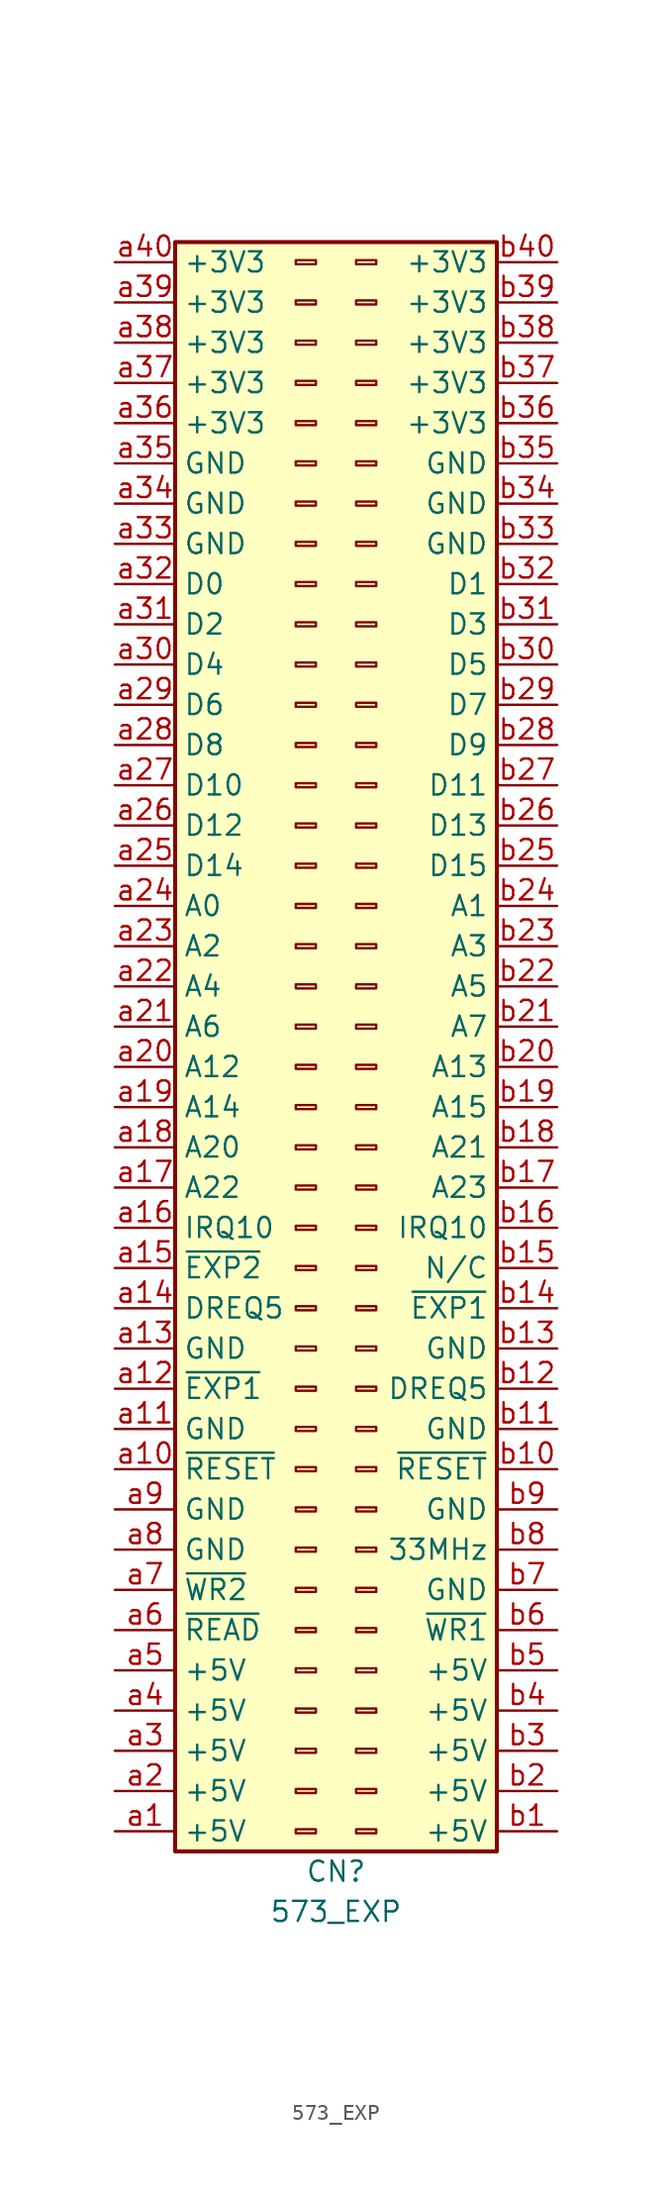
<source format=kicad_sym>
(kicad_symbol_lib
  (version 20211014)
  (generator kicad_symbol_editor)
  (symbol "573_EXP"
    (property "Reference" "CN"
      (at 0 2.54 0)
      (effects (font (size 1.27 1.27))))
    (property "Value" "573_EXP"
      (at 0 0 0)
      (effects (font (size 1.27 1.27))))
    (symbol "573_EXP_1_1"
      (rectangle (start -10.16 105.41) (end 10.16 3.81) (stroke (width 0.254) (type default) (color 0 0 0 0)) (fill (type background)))
      (rectangle (start -2.54 5.207) (end -1.27 4.953) (stroke (width 0.152) (type default) (color 0 0 0 0)) (fill (type none)))
      (rectangle (start -2.54 7.747) (end -1.27 7.493) (stroke (width 0.152) (type default) (color 0 0 0 0)) (fill (type none)))
      (rectangle (start -2.54 10.287) (end -1.27 10.033) (stroke (width 0.152) (type default) (color 0 0 0 0)) (fill (type none)))
      (rectangle (start -2.54 12.827) (end -1.27 12.573) (stroke (width 0.152) (type default) (color 0 0 0 0)) (fill (type none)))
      (rectangle (start -2.54 15.367) (end -1.27 15.113) (stroke (width 0.152) (type default) (color 0 0 0 0)) (fill (type none)))
      (rectangle (start -2.54 17.907) (end -1.27 17.653) (stroke (width 0.152) (type default) (color 0 0 0 0)) (fill (type none)))
      (rectangle (start -2.54 20.447) (end -1.27 20.193) (stroke (width 0.152) (type default) (color 0 0 0 0)) (fill (type none)))
      (rectangle (start -2.54 22.987) (end -1.27 22.733) (stroke (width 0.152) (type default) (color 0 0 0 0)) (fill (type none)))
      (rectangle (start -2.54 25.527) (end -1.27 25.273) (stroke (width 0.152) (type default) (color 0 0 0 0)) (fill (type none)))
      (rectangle (start -2.54 28.067) (end -1.27 27.813) (stroke (width 0.152) (type default) (color 0 0 0 0)) (fill (type none)))
      (rectangle (start -2.54 30.607) (end -1.27 30.353) (stroke (width 0.152) (type default) (color 0 0 0 0)) (fill (type none)))
      (rectangle (start -2.54 33.147) (end -1.27 32.893) (stroke (width 0.152) (type default) (color 0 0 0 0)) (fill (type none)))
      (rectangle (start -2.54 35.687) (end -1.27 35.433) (stroke (width 0.152) (type default) (color 0 0 0 0)) (fill (type none)))
      (rectangle (start -2.54 38.227) (end -1.27 37.973) (stroke (width 0.152) (type default) (color 0 0 0 0)) (fill (type none)))
      (rectangle (start -2.54 40.767) (end -1.27 40.513) (stroke (width 0.152) (type default) (color 0 0 0 0)) (fill (type none)))
      (rectangle (start -2.54 43.307) (end -1.27 43.053) (stroke (width 0.152) (type default) (color 0 0 0 0)) (fill (type none)))
      (rectangle (start -2.54 45.847) (end -1.27 45.593) (stroke (width 0.152) (type default) (color 0 0 0 0)) (fill (type none)))
      (rectangle (start -2.54 48.387) (end -1.27 48.133) (stroke (width 0.152) (type default) (color 0 0 0 0)) (fill (type none)))
      (rectangle (start -2.54 50.927) (end -1.27 50.673) (stroke (width 0.152) (type default) (color 0 0 0 0)) (fill (type none)))
      (rectangle (start -2.54 53.467) (end -1.27 53.213) (stroke (width 0.152) (type default) (color 0 0 0 0)) (fill (type none)))
      (rectangle (start -2.54 56.007) (end -1.27 55.753) (stroke (width 0.152) (type default) (color 0 0 0 0)) (fill (type none)))
      (rectangle (start -2.54 58.547) (end -1.27 58.293) (stroke (width 0.152) (type default) (color 0 0 0 0)) (fill (type none)))
      (rectangle (start -2.54 61.087) (end -1.27 60.833) (stroke (width 0.152) (type default) (color 0 0 0 0)) (fill (type none)))
      (rectangle (start -2.54 63.627) (end -1.27 63.373) (stroke (width 0.152) (type default) (color 0 0 0 0)) (fill (type none)))
      (rectangle (start -2.54 66.167) (end -1.27 65.913) (stroke (width 0.152) (type default) (color 0 0 0 0)) (fill (type none)))
      (rectangle (start -2.54 68.707) (end -1.27 68.453) (stroke (width 0.152) (type default) (color 0 0 0 0)) (fill (type none)))
      (rectangle (start -2.54 71.247) (end -1.27 70.993) (stroke (width 0.152) (type default) (color 0 0 0 0)) (fill (type none)))
      (rectangle (start -2.54 73.787) (end -1.27 73.533) (stroke (width 0.152) (type default) (color 0 0 0 0)) (fill (type none)))
      (rectangle (start -2.54 76.327) (end -1.27 76.073) (stroke (width 0.152) (type default) (color 0 0 0 0)) (fill (type none)))
      (rectangle (start -2.54 78.867) (end -1.27 78.613) (stroke (width 0.152) (type default) (color 0 0 0 0)) (fill (type none)))
      (rectangle (start -2.54 81.407) (end -1.27 81.153) (stroke (width 0.152) (type default) (color 0 0 0 0)) (fill (type none)))
      (rectangle (start -2.54 83.947) (end -1.27 83.693) (stroke (width 0.152) (type default) (color 0 0 0 0)) (fill (type none)))
      (rectangle (start -2.54 86.487) (end -1.27 86.233) (stroke (width 0.152) (type default) (color 0 0 0 0)) (fill (type none)))
      (rectangle (start -2.54 89.027) (end -1.27 88.773) (stroke (width 0.152) (type default) (color 0 0 0 0)) (fill (type none)))
      (rectangle (start -2.54 91.567) (end -1.27 91.313) (stroke (width 0.152) (type default) (color 0 0 0 0)) (fill (type none)))
      (rectangle (start -2.54 94.107) (end -1.27 93.853) (stroke (width 0.152) (type default) (color 0 0 0 0)) (fill (type none)))
      (rectangle (start -2.54 96.647) (end -1.27 96.393) (stroke (width 0.152) (type default) (color 0 0 0 0)) (fill (type none)))
      (rectangle (start -2.54 99.187) (end -1.27 98.933) (stroke (width 0.152) (type default) (color 0 0 0 0)) (fill (type none)))
      (rectangle (start -2.54 101.727) (end -1.27 101.473) (stroke (width 0.152) (type default) (color 0 0 0 0)) (fill (type none)))
      (rectangle (start -2.54 104.267) (end -1.27 104.013) (stroke (width 0.152) (type default) (color 0 0 0 0)) (fill (type none)))
      (rectangle (start 2.54 5.207) (end 1.27 4.953) (stroke (width 0.152) (type default) (color 0 0 0 0)) (fill (type none)))
      (rectangle (start 2.54 7.747) (end 1.27 7.493) (stroke (width 0.152) (type default) (color 0 0 0 0)) (fill (type none)))
      (rectangle (start 2.54 10.287) (end 1.27 10.033) (stroke (width 0.152) (type default) (color 0 0 0 0)) (fill (type none)))
      (rectangle (start 2.54 12.827) (end 1.27 12.573) (stroke (width 0.152) (type default) (color 0 0 0 0)) (fill (type none)))
      (rectangle (start 2.54 15.367) (end 1.27 15.113) (stroke (width 0.152) (type default) (color 0 0 0 0)) (fill (type none)))
      (rectangle (start 2.54 17.907) (end 1.27 17.653) (stroke (width 0.152) (type default) (color 0 0 0 0)) (fill (type none)))
      (rectangle (start 2.54 20.447) (end 1.27 20.193) (stroke (width 0.152) (type default) (color 0 0 0 0)) (fill (type none)))
      (rectangle (start 2.54 22.987) (end 1.27 22.733) (stroke (width 0.152) (type default) (color 0 0 0 0)) (fill (type none)))
      (rectangle (start 2.54 25.527) (end 1.27 25.273) (stroke (width 0.152) (type default) (color 0 0 0 0)) (fill (type none)))
      (rectangle (start 2.54 28.067) (end 1.27 27.813) (stroke (width 0.152) (type default) (color 0 0 0 0)) (fill (type none)))
      (rectangle (start 2.54 30.607) (end 1.27 30.353) (stroke (width 0.152) (type default) (color 0 0 0 0)) (fill (type none)))
      (rectangle (start 2.54 33.147) (end 1.27 32.893) (stroke (width 0.152) (type default) (color 0 0 0 0)) (fill (type none)))
      (rectangle (start 2.54 35.687) (end 1.27 35.433) (stroke (width 0.152) (type default) (color 0 0 0 0)) (fill (type none)))
      (rectangle (start 2.54 38.227) (end 1.27 37.973) (stroke (width 0.152) (type default) (color 0 0 0 0)) (fill (type none)))
      (rectangle (start 2.54 40.767) (end 1.27 40.513) (stroke (width 0.152) (type default) (color 0 0 0 0)) (fill (type none)))
      (rectangle (start 2.54 43.307) (end 1.27 43.053) (stroke (width 0.152) (type default) (color 0 0 0 0)) (fill (type none)))
      (rectangle (start 2.54 45.847) (end 1.27 45.593) (stroke (width 0.152) (type default) (color 0 0 0 0)) (fill (type none)))
      (rectangle (start 2.54 48.387) (end 1.27 48.133) (stroke (width 0.152) (type default) (color 0 0 0 0)) (fill (type none)))
      (rectangle (start 2.54 50.927) (end 1.27 50.673) (stroke (width 0.152) (type default) (color 0 0 0 0)) (fill (type none)))
      (rectangle (start 2.54 53.467) (end 1.27 53.213) (stroke (width 0.152) (type default) (color 0 0 0 0)) (fill (type none)))
      (rectangle (start 2.54 56.007) (end 1.27 55.753) (stroke (width 0.152) (type default) (color 0 0 0 0)) (fill (type none)))
      (rectangle (start 2.54 58.547) (end 1.27 58.293) (stroke (width 0.152) (type default) (color 0 0 0 0)) (fill (type none)))
      (rectangle (start 2.54 61.087) (end 1.27 60.833) (stroke (width 0.152) (type default) (color 0 0 0 0)) (fill (type none)))
      (rectangle (start 2.54 63.627) (end 1.27 63.373) (stroke (width 0.152) (type default) (color 0 0 0 0)) (fill (type none)))
      (rectangle (start 2.54 66.167) (end 1.27 65.913) (stroke (width 0.152) (type default) (color 0 0 0 0)) (fill (type none)))
      (rectangle (start 2.54 68.707) (end 1.27 68.453) (stroke (width 0.152) (type default) (color 0 0 0 0)) (fill (type none)))
      (rectangle (start 2.54 71.247) (end 1.27 70.993) (stroke (width 0.152) (type default) (color 0 0 0 0)) (fill (type none)))
      (rectangle (start 2.54 73.787) (end 1.27 73.533) (stroke (width 0.152) (type default) (color 0 0 0 0)) (fill (type none)))
      (rectangle (start 2.54 76.327) (end 1.27 76.073) (stroke (width 0.152) (type default) (color 0 0 0 0)) (fill (type none)))
      (rectangle (start 2.54 78.867) (end 1.27 78.613) (stroke (width 0.152) (type default) (color 0 0 0 0)) (fill (type none)))
      (rectangle (start 2.54 81.407) (end 1.27 81.153) (stroke (width 0.152) (type default) (color 0 0 0 0)) (fill (type none)))
      (rectangle (start 2.54 83.947) (end 1.27 83.693) (stroke (width 0.152) (type default) (color 0 0 0 0)) (fill (type none)))
      (rectangle (start 2.54 86.487) (end 1.27 86.233) (stroke (width 0.152) (type default) (color 0 0 0 0)) (fill (type none)))
      (rectangle (start 2.54 89.027) (end 1.27 88.773) (stroke (width 0.152) (type default) (color 0 0 0 0)) (fill (type none)))
      (rectangle (start 2.54 91.567) (end 1.27 91.313) (stroke (width 0.152) (type default) (color 0 0 0 0)) (fill (type none)))
      (rectangle (start 2.54 94.107) (end 1.27 93.853) (stroke (width 0.152) (type default) (color 0 0 0 0)) (fill (type none)))
      (rectangle (start 2.54 96.647) (end 1.27 96.393) (stroke (width 0.152) (type default) (color 0 0 0 0)) (fill (type none)))
      (rectangle (start 2.54 99.187) (end 1.27 98.933) (stroke (width 0.152) (type default) (color 0 0 0 0)) (fill (type none)))
      (rectangle (start 2.54 101.727) (end 1.27 101.473) (stroke (width 0.152) (type default) (color 0 0 0 0)) (fill (type none)))
      (rectangle (start 2.54 104.267) (end 1.27 104.013) (stroke (width 0.152) (type default) (color 0 0 0 0)) (fill (type none)))
      (pin passive line (at -13.97 5.08 0) (length 3.81) (name "+5V" (effects (font (size 1.27 1.27)))) (number "a1" (effects (font (size 1.27 1.27)))))
      (pin passive line (at -13.97 27.94 0) (length 3.81) (name "~{RESET}" (effects (font (size 1.27 1.27)))) (number "a10" (effects (font (size 1.27 1.27)))))
      (pin passive line (at -13.97 30.48 0) (length 3.81) (name "GND" (effects (font (size 1.27 1.27)))) (number "a11" (effects (font (size 1.27 1.27)))))
      (pin passive line (at -13.97 33.02 0) (length 3.81) (name "~{EXP1}" (effects (font (size 1.27 1.27)))) (number "a12" (effects (font (size 1.27 1.27)))))
      (pin passive line (at -13.97 35.56 0) (length 3.81) (name "GND" (effects (font (size 1.27 1.27)))) (number "a13" (effects (font (size 1.27 1.27)))))
      (pin passive line (at -13.97 38.1 0) (length 3.81) (name "DREQ5" (effects (font (size 1.27 1.27)))) (number "a14" (effects (font (size 1.27 1.27)))))
      (pin passive line (at -13.97 40.64 0) (length 3.81) (name "~{EXP2}" (effects (font (size 1.27 1.27)))) (number "a15" (effects (font (size 1.27 1.27)))))
      (pin passive line (at -13.97 43.18 0) (length 3.81) (name "IRQ10" (effects (font (size 1.27 1.27)))) (number "a16" (effects (font (size 1.27 1.27)))))
      (pin passive line (at -13.97 45.72 0) (length 3.81) (name "A22" (effects (font (size 1.27 1.27)))) (number "a17" (effects (font (size 1.27 1.27)))))
      (pin passive line (at -13.97 48.26 0) (length 3.81) (name "A20" (effects (font (size 1.27 1.27)))) (number "a18" (effects (font (size 1.27 1.27)))))
      (pin passive line (at -13.97 50.8 0) (length 3.81) (name "A14" (effects (font (size 1.27 1.27)))) (number "a19" (effects (font (size 1.27 1.27)))))
      (pin passive line (at -13.97 7.62 0) (length 3.81) (name "+5V" (effects (font (size 1.27 1.27)))) (number "a2" (effects (font (size 1.27 1.27)))))
      (pin passive line (at -13.97 53.34 0) (length 3.81) (name "A12" (effects (font (size 1.27 1.27)))) (number "a20" (effects (font (size 1.27 1.27)))))
      (pin passive line (at -13.97 55.88 0) (length 3.81) (name "A6" (effects (font (size 1.27 1.27)))) (number "a21" (effects (font (size 1.27 1.27)))))
      (pin passive line (at -13.97 58.42 0) (length 3.81) (name "A4" (effects (font (size 1.27 1.27)))) (number "a22" (effects (font (size 1.27 1.27)))))
      (pin passive line (at -13.97 60.96 0) (length 3.81) (name "A2" (effects (font (size 1.27 1.27)))) (number "a23" (effects (font (size 1.27 1.27)))))
      (pin passive line (at -13.97 63.5 0) (length 3.81) (name "A0" (effects (font (size 1.27 1.27)))) (number "a24" (effects (font (size 1.27 1.27)))))
      (pin passive line (at -13.97 66.04 0) (length 3.81) (name "D14" (effects (font (size 1.27 1.27)))) (number "a25" (effects (font (size 1.27 1.27)))))
      (pin passive line (at -13.97 68.58 0) (length 3.81) (name "D12" (effects (font (size 1.27 1.27)))) (number "a26" (effects (font (size 1.27 1.27)))))
      (pin passive line (at -13.97 71.12 0) (length 3.81) (name "D10" (effects (font (size 1.27 1.27)))) (number "a27" (effects (font (size 1.27 1.27)))))
      (pin passive line (at -13.97 73.66 0) (length 3.81) (name "D8" (effects (font (size 1.27 1.27)))) (number "a28" (effects (font (size 1.27 1.27)))))
      (pin passive line (at -13.97 76.2 0) (length 3.81) (name "D6" (effects (font (size 1.27 1.27)))) (number "a29" (effects (font (size 1.27 1.27)))))
      (pin passive line (at -13.97 10.16 0) (length 3.81) (name "+5V" (effects (font (size 1.27 1.27)))) (number "a3" (effects (font (size 1.27 1.27)))))
      (pin passive line (at -13.97 78.74 0) (length 3.81) (name "D4" (effects (font (size 1.27 1.27)))) (number "a30" (effects (font (size 1.27 1.27)))))
      (pin passive line (at -13.97 81.28 0) (length 3.81) (name "D2" (effects (font (size 1.27 1.27)))) (number "a31" (effects (font (size 1.27 1.27)))))
      (pin passive line (at -13.97 83.82 0) (length 3.81) (name "D0" (effects (font (size 1.27 1.27)))) (number "a32" (effects (font (size 1.27 1.27)))))
      (pin passive line (at -13.97 86.36 0) (length 3.81) (name "GND" (effects (font (size 1.27 1.27)))) (number "a33" (effects (font (size 1.27 1.27)))))
      (pin passive line (at -13.97 88.9 0) (length 3.81) (name "GND" (effects (font (size 1.27 1.27)))) (number "a34" (effects (font (size 1.27 1.27)))))
      (pin passive line (at -13.97 91.44 0) (length 3.81) (name "GND" (effects (font (size 1.27 1.27)))) (number "a35" (effects (font (size 1.27 1.27)))))
      (pin passive line (at -13.97 93.98 0) (length 3.81) (name "+3V3" (effects (font (size 1.27 1.27)))) (number "a36" (effects (font (size 1.27 1.27)))))
      (pin passive line (at -13.97 96.52 0) (length 3.81) (name "+3V3" (effects (font (size 1.27 1.27)))) (number "a37" (effects (font (size 1.27 1.27)))))
      (pin passive line (at -13.97 99.06 0) (length 3.81) (name "+3V3" (effects (font (size 1.27 1.27)))) (number "a38" (effects (font (size 1.27 1.27)))))
      (pin passive line (at -13.97 101.6 0) (length 3.81) (name "+3V3" (effects (font (size 1.27 1.27)))) (number "a39" (effects (font (size 1.27 1.27)))))
      (pin passive line (at -13.97 12.7 0) (length 3.81) (name "+5V" (effects (font (size 1.27 1.27)))) (number "a4" (effects (font (size 1.27 1.27)))))
      (pin passive line (at -13.97 104.14 0) (length 3.81) (name "+3V3" (effects (font (size 1.27 1.27)))) (number "a40" (effects (font (size 1.27 1.27)))))
      (pin passive line (at -13.97 15.24 0) (length 3.81) (name "+5V" (effects (font (size 1.27 1.27)))) (number "a5" (effects (font (size 1.27 1.27)))))
      (pin passive line (at -13.97 17.78 0) (length 3.81) (name "~{READ}" (effects (font (size 1.27 1.27)))) (number "a6" (effects (font (size 1.27 1.27)))))
      (pin passive line (at -13.97 20.32 0) (length 3.81) (name "~{WR2}" (effects (font (size 1.27 1.27)))) (number "a7" (effects (font (size 1.27 1.27)))))
      (pin passive line (at -13.97 22.86 0) (length 3.81) (name "GND" (effects (font (size 1.27 1.27)))) (number "a8" (effects (font (size 1.27 1.27)))))
      (pin passive line (at -13.97 25.4 0) (length 3.81) (name "GND" (effects (font (size 1.27 1.27)))) (number "a9" (effects (font (size 1.27 1.27)))))
      (pin passive line (at 13.97 5.08 180) (length 3.81) (name "+5V" (effects (font (size 1.27 1.27)))) (number "b1" (effects (font (size 1.27 1.27)))))
      (pin passive line (at 13.97 27.94 180) (length 3.81) (name "~{RESET}" (effects (font (size 1.27 1.27)))) (number "b10" (effects (font (size 1.27 1.27)))))
      (pin passive line (at 13.97 30.48 180) (length 3.81) (name "GND" (effects (font (size 1.27 1.27)))) (number "b11" (effects (font (size 1.27 1.27)))))
      (pin passive line (at 13.97 33.02 180) (length 3.81) (name "DREQ5" (effects (font (size 1.27 1.27)))) (number "b12" (effects (font (size 1.27 1.27)))))
      (pin passive line (at 13.97 35.56 180) (length 3.81) (name "GND" (effects (font (size 1.27 1.27)))) (number "b13" (effects (font (size 1.27 1.27)))))
      (pin passive line (at 13.97 38.1 180) (length 3.81) (name "~{EXP1}" (effects (font (size 1.27 1.27)))) (number "b14" (effects (font (size 1.27 1.27)))))
      (pin passive line (at 13.97 40.64 180) (length 3.81) (name "N/C" (effects (font (size 1.27 1.27)))) (number "b15" (effects (font (size 1.27 1.27)))))
      (pin passive line (at 13.97 43.18 180) (length 3.81) (name "IRQ10" (effects (font (size 1.27 1.27)))) (number "b16" (effects (font (size 1.27 1.27)))))
      (pin passive line (at 13.97 45.72 180) (length 3.81) (name "A23" (effects (font (size 1.27 1.27)))) (number "b17" (effects (font (size 1.27 1.27)))))
      (pin passive line (at 13.97 48.26 180) (length 3.81) (name "A21" (effects (font (size 1.27 1.27)))) (number "b18" (effects (font (size 1.27 1.27)))))
      (pin passive line (at 13.97 50.8 180) (length 3.81) (name "A15" (effects (font (size 1.27 1.27)))) (number "b19" (effects (font (size 1.27 1.27)))))
      (pin passive line (at 13.97 7.62 180) (length 3.81) (name "+5V" (effects (font (size 1.27 1.27)))) (number "b2" (effects (font (size 1.27 1.27)))))
      (pin passive line (at 13.97 53.34 180) (length 3.81) (name "A13" (effects (font (size 1.27 1.27)))) (number "b20" (effects (font (size 1.27 1.27)))))
      (pin passive line (at 13.97 55.88 180) (length 3.81) (name "A7" (effects (font (size 1.27 1.27)))) (number "b21" (effects (font (size 1.27 1.27)))))
      (pin passive line (at 13.97 58.42 180) (length 3.81) (name "A5" (effects (font (size 1.27 1.27)))) (number "b22" (effects (font (size 1.27 1.27)))))
      (pin passive line (at 13.97 60.96 180) (length 3.81) (name "A3" (effects (font (size 1.27 1.27)))) (number "b23" (effects (font (size 1.27 1.27)))))
      (pin passive line (at 13.97 63.5 180) (length 3.81) (name "A1" (effects (font (size 1.27 1.27)))) (number "b24" (effects (font (size 1.27 1.27)))))
      (pin passive line (at 13.97 66.04 180) (length 3.81) (name "D15" (effects (font (size 1.27 1.27)))) (number "b25" (effects (font (size 1.27 1.27)))))
      (pin passive line (at 13.97 68.58 180) (length 3.81) (name "D13" (effects (font (size 1.27 1.27)))) (number "b26" (effects (font (size 1.27 1.27)))))
      (pin passive line (at 13.97 71.12 180) (length 3.81) (name "D11" (effects (font (size 1.27 1.27)))) (number "b27" (effects (font (size 1.27 1.27)))))
      (pin passive line (at 13.97 73.66 180) (length 3.81) (name "D9" (effects (font (size 1.27 1.27)))) (number "b28" (effects (font (size 1.27 1.27)))))
      (pin passive line (at 13.97 76.2 180) (length 3.81) (name "D7" (effects (font (size 1.27 1.27)))) (number "b29" (effects (font (size 1.27 1.27)))))
      (pin passive line (at 13.97 10.16 180) (length 3.81) (name "+5V" (effects (font (size 1.27 1.27)))) (number "b3" (effects (font (size 1.27 1.27)))))
      (pin passive line (at 13.97 78.74 180) (length 3.81) (name "D5" (effects (font (size 1.27 1.27)))) (number "b30" (effects (font (size 1.27 1.27)))))
      (pin passive line (at 13.97 81.28 180) (length 3.81) (name "D3" (effects (font (size 1.27 1.27)))) (number "b31" (effects (font (size 1.27 1.27)))))
      (pin passive line (at 13.97 83.82 180) (length 3.81) (name "D1" (effects (font (size 1.27 1.27)))) (number "b32" (effects (font (size 1.27 1.27)))))
      (pin passive line (at 13.97 86.36 180) (length 3.81) (name "GND" (effects (font (size 1.27 1.27)))) (number "b33" (effects (font (size 1.27 1.27)))))
      (pin passive line (at 13.97 88.9 180) (length 3.81) (name "GND" (effects (font (size 1.27 1.27)))) (number "b34" (effects (font (size 1.27 1.27)))))
      (pin passive line (at 13.97 91.44 180) (length 3.81) (name "GND" (effects (font (size 1.27 1.27)))) (number "b35" (effects (font (size 1.27 1.27)))))
      (pin passive line (at 13.97 93.98 180) (length 3.81) (name "+3V3" (effects (font (size 1.27 1.27)))) (number "b36" (effects (font (size 1.27 1.27)))))
      (pin passive line (at 13.97 96.52 180) (length 3.81) (name "+3V3" (effects (font (size 1.27 1.27)))) (number "b37" (effects (font (size 1.27 1.27)))))
      (pin passive line (at 13.97 99.06 180) (length 3.81) (name "+3V3" (effects (font (size 1.27 1.27)))) (number "b38" (effects (font (size 1.27 1.27)))))
      (pin passive line (at 13.97 101.6 180) (length 3.81) (name "+3V3" (effects (font (size 1.27 1.27)))) (number "b39" (effects (font (size 1.27 1.27)))))
      (pin passive line (at 13.97 12.7 180) (length 3.81) (name "+5V" (effects (font (size 1.27 1.27)))) (number "b4" (effects (font (size 1.27 1.27)))))
      (pin passive line (at 13.97 104.14 180) (length 3.81) (name "+3V3" (effects (font (size 1.27 1.27)))) (number "b40" (effects (font (size 1.27 1.27)))))
      (pin passive line (at 13.97 15.24 180) (length 3.81) (name "+5V" (effects (font (size 1.27 1.27)))) (number "b5" (effects (font (size 1.27 1.27)))))
      (pin passive line (at 13.97 17.78 180) (length 3.81) (name "~{WR1}" (effects (font (size 1.27 1.27)))) (number "b6" (effects (font (size 1.27 1.27)))))
      (pin passive line (at 13.97 20.32 180) (length 3.81) (name "GND" (effects (font (size 1.27 1.27)))) (number "b7" (effects (font (size 1.27 1.27)))))
      (pin passive line (at 13.97 22.86 180) (length 3.81) (name "33MHz" (effects (font (size 1.27 1.27)))) (number "b8" (effects (font (size 1.27 1.27)))))
      (pin passive line (at 13.97 25.4 180) (length 3.81) (name "GND" (effects (font (size 1.27 1.27)))) (number "b9" (effects (font (size 1.27 1.27))))))))
</source>
